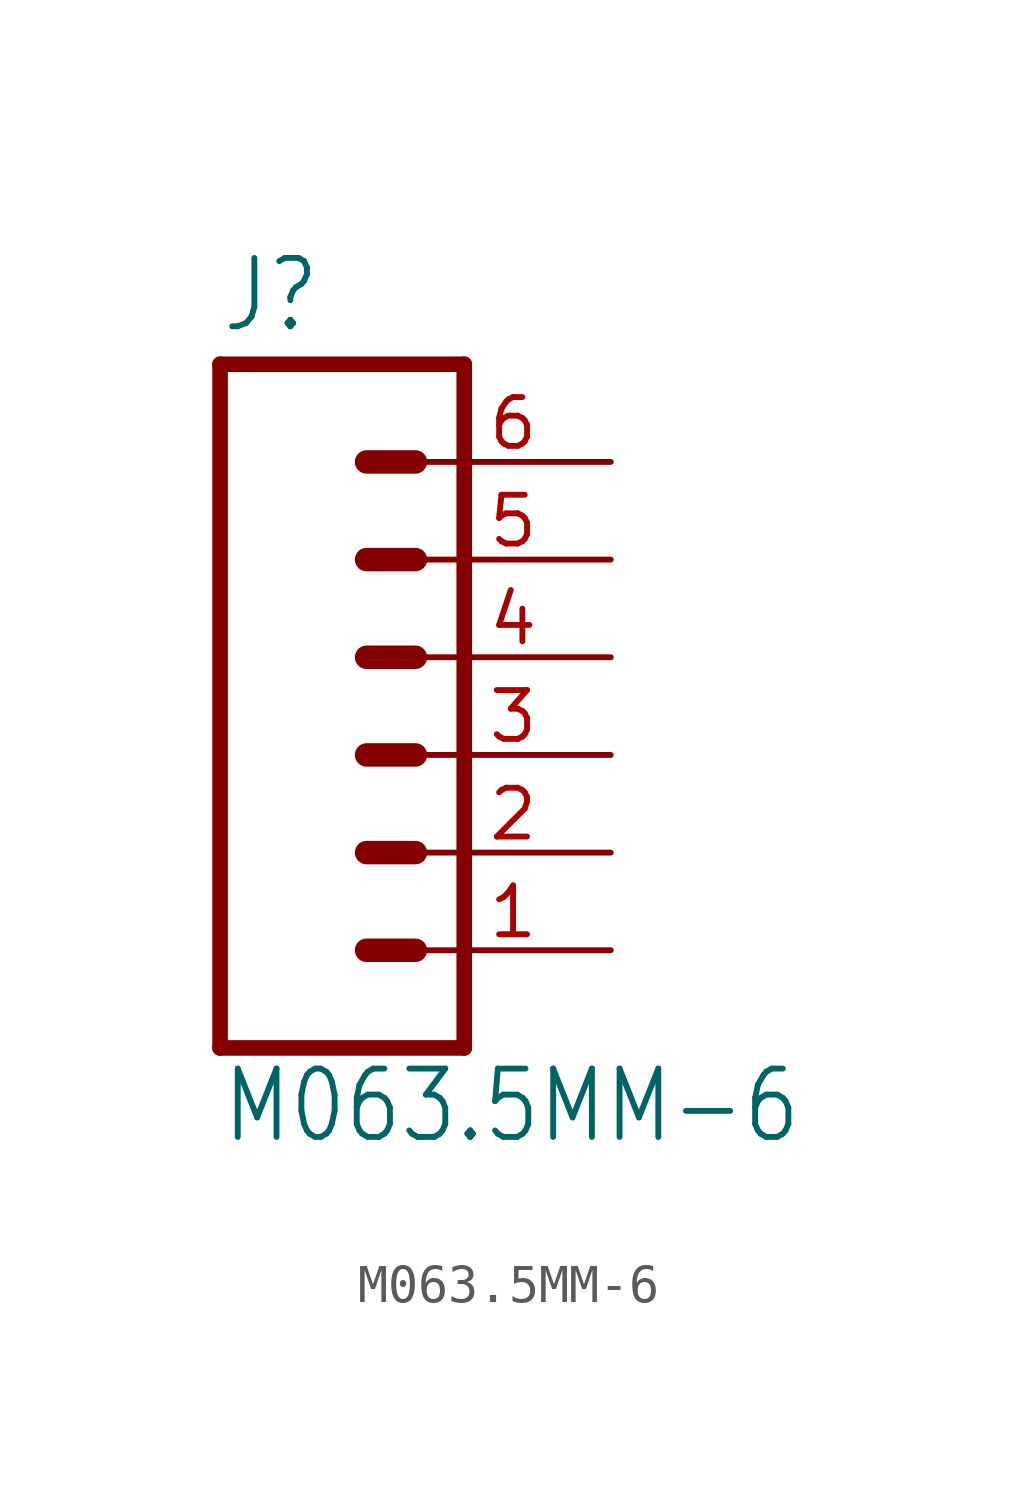
<source format=kicad_sym>
(kicad_symbol_lib
  (version 20220914)
  (generator kicad_symbol_editor)
  (symbol "M063.5MM-6"
    (property "Reference" "J"
      (at -5.08 10.922 0)
      (effects (font (size 1.778 1.511)) (justify left bottom)))
    (property "Value" "M063.5MM-6"
      (at -5.08 -10.16 0)
      (effects (font (size 1.778 1.511)) (justify left bottom)))
    (property "ki_locked" ""
      (at 0 0 0)
      (effects (font (size 1.27 1.27))))
    (symbol "M063.5MM-6_1_0"
      (polyline (pts (xy -5.08 10.16) (xy -5.08 -7.62)) (stroke (width 0.406) (type default)) (fill (type none)))
      (polyline (pts (xy -5.08 10.16) (xy 1.27 10.16)) (stroke (width 0.406) (type default)) (fill (type none)))
      (polyline (pts (xy -1.27 -5.08) (xy 0 -5.08)) (stroke (width 0.61) (type default)) (fill (type none)))
      (polyline (pts (xy -1.27 -2.54) (xy 0 -2.54)) (stroke (width 0.61) (type default)) (fill (type none)))
      (polyline (pts (xy -1.27 0) (xy 0 0)) (stroke (width 0.61) (type default)) (fill (type none)))
      (polyline (pts (xy -1.27 2.54) (xy 0 2.54)) (stroke (width 0.61) (type default)) (fill (type none)))
      (polyline (pts (xy -1.27 5.08) (xy 0 5.08)) (stroke (width 0.61) (type default)) (fill (type none)))
      (polyline (pts (xy -1.27 7.62) (xy 0 7.62)) (stroke (width 0.61) (type default)) (fill (type none)))
      (polyline (pts (xy 1.27 -7.62) (xy -5.08 -7.62)) (stroke (width 0.406) (type default)) (fill (type none)))
      (polyline (pts (xy 1.27 -7.62) (xy 1.27 10.16)) (stroke (width 0.406) (type default)) (fill (type none)))
      (pin passive line (at 5.08 -5.08 180) (length 5.08) (name "1" (effects (font (size 0 0)))) (number "1" (effects (font (size 1.27 1.27)))))
      (pin passive line (at 5.08 -2.54 180) (length 5.08) (name "2" (effects (font (size 0 0)))) (number "2" (effects (font (size 1.27 1.27)))))
      (pin passive line (at 5.08 0 180) (length 5.08) (name "3" (effects (font (size 0 0)))) (number "3" (effects (font (size 1.27 1.27)))))
      (pin passive line (at 5.08 2.54 180) (length 5.08) (name "4" (effects (font (size 0 0)))) (number "4" (effects (font (size 1.27 1.27)))))
      (pin passive line (at 5.08 5.08 180) (length 5.08) (name "5" (effects (font (size 0 0)))) (number "5" (effects (font (size 1.27 1.27)))))
      (pin passive line (at 5.08 7.62 180) (length 5.08) (name "6" (effects (font (size 0 0)))) (number "6" (effects (font (size 1.27 1.27))))))))
</source>
